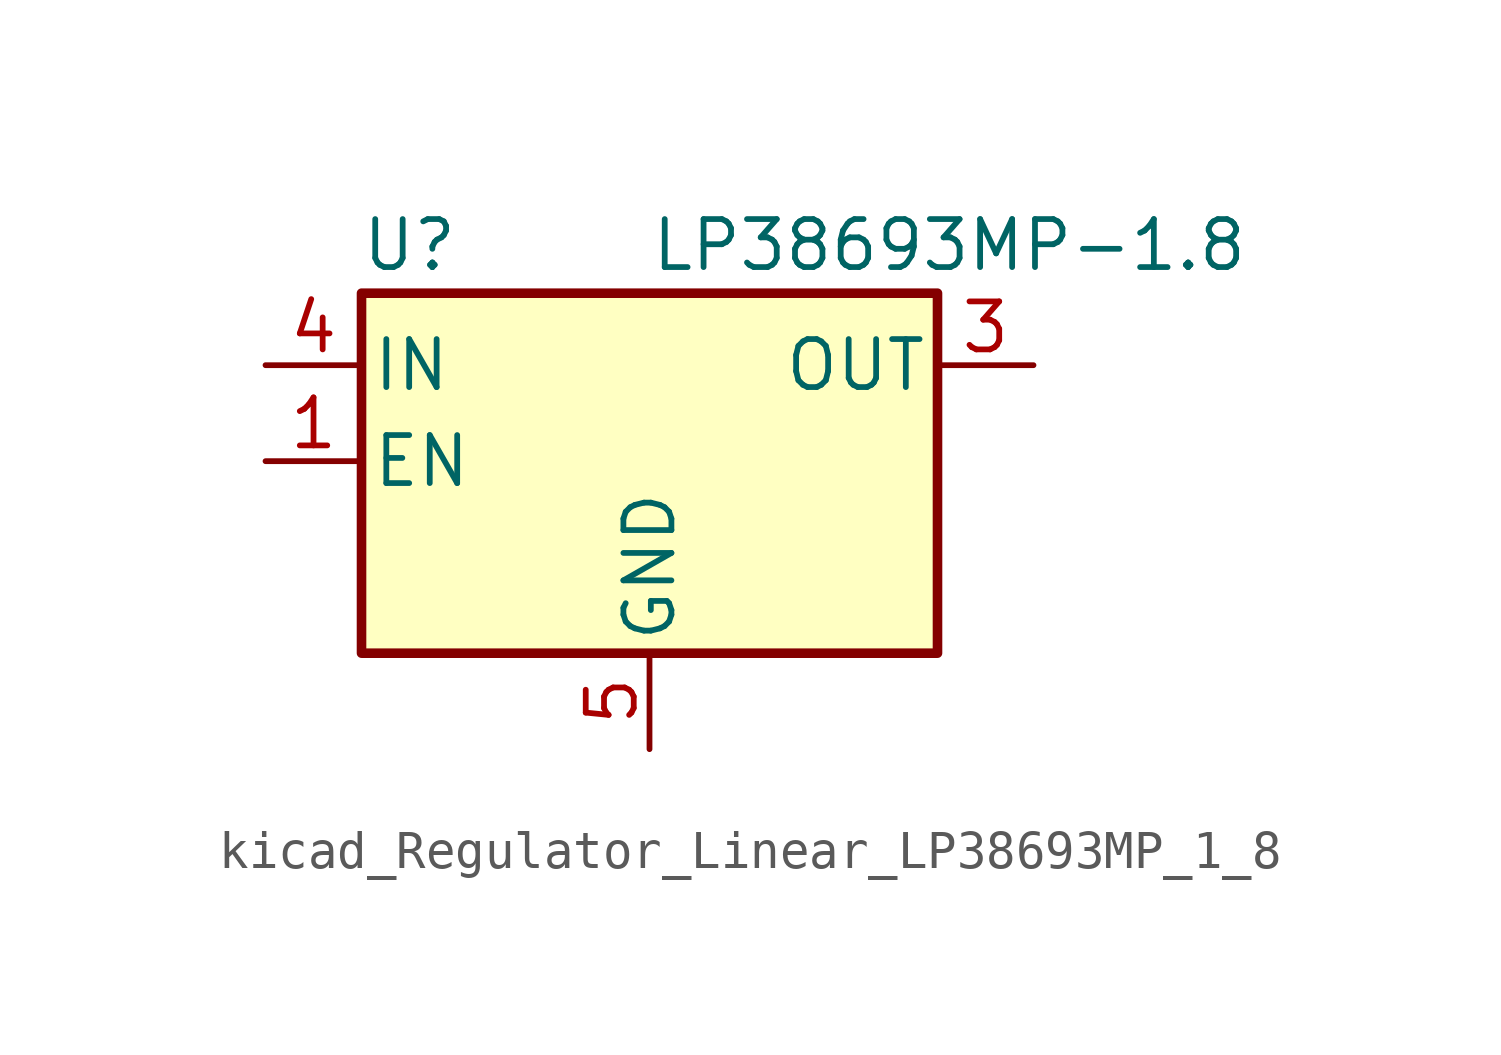
<source format=kicad_sym>
(kicad_symbol_lib
  (version 20220914)
  (generator kicad_symbol_editor)
  (symbol "kicad_Regulator_Linear_LP38693MP_1_8"
    (pin_names
      (offset 0.254))
    (property "Reference" "U"
      (at -6.35 5.715 0)
      (effects (font (size 1.27 1.27))))
    (property "Value" "LP38693MP-1.8"
      (at 0 5.715 0)
      (effects (font (size 1.27 1.27)) (justify left)))
    (symbol "kicad_Regulator_Linear_LP38693MP_1_8_0_1"
      (rectangle (start -7.62 -5.08) (end 7.62 4.445) (stroke (width 0.254) (type default)) (fill (type background))))
    (symbol "kicad_Regulator_Linear_LP38693MP_1_8_1_1"
      (pin input line (at -10.16 0 0) (length 2.54) (name "EN" (effects (font (size 1.27 1.27)))) (number "1" (effects (font (size 1.27 1.27)))))
      (pin no_connect line (at 7.62 0 180) (length 2.54) hide (name "NC" (effects (font (size 1.27 1.27)))) (number "2" (effects (font (size 1.27 1.27)))))
      (pin power_out line (at 10.16 2.54 180) (length 2.54) (name "OUT" (effects (font (size 1.27 1.27)))) (number "3" (effects (font (size 1.27 1.27)))))
      (pin power_in line (at -10.16 2.54 0) (length 2.54) (name "IN" (effects (font (size 1.27 1.27)))) (number "4" (effects (font (size 1.27 1.27)))))
      (pin power_in line (at 0 -7.62 90) (length 2.54) (name "GND" (effects (font (size 1.27 1.27)))) (number "5" (effects (font (size 1.27 1.27))))))))
</source>
